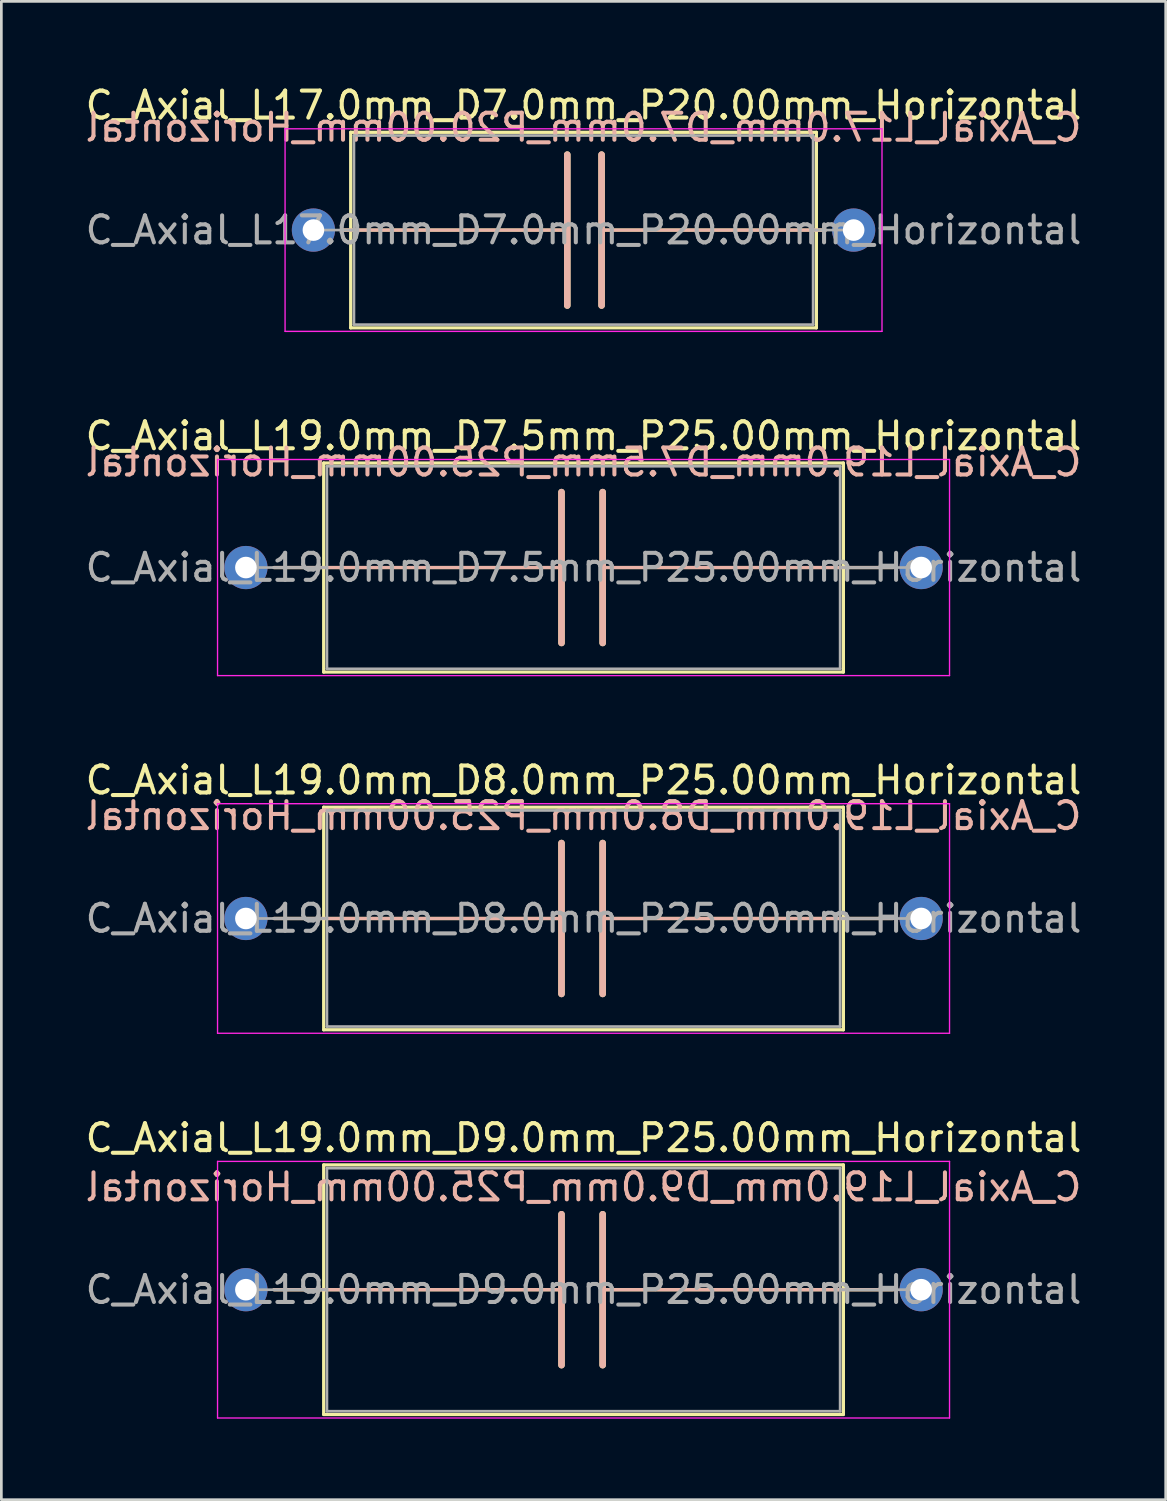
<source format=kicad_pcb>
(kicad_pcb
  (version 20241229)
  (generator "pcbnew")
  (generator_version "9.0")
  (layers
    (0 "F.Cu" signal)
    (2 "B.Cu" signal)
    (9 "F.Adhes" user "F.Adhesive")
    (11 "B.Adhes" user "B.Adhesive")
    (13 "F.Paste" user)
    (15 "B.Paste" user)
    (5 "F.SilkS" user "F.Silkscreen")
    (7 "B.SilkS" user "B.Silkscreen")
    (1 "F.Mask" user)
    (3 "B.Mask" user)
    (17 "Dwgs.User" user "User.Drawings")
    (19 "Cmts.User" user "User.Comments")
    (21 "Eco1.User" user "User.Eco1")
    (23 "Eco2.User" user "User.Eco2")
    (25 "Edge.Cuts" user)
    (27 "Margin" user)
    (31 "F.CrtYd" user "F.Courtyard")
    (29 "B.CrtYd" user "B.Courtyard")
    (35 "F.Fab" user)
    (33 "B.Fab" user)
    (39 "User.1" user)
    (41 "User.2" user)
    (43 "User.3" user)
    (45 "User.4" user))
  (footprint "C_Axial_L17.0mm_D7.0mm_P20.00mm_Horizontal"
    (layer "F.Cu")
    (at 8.554 5.468)
    (property "Reference" "C_Axial_L17.0mm_D7.0mm_P20.00mm_Horizontal" (at 10 -4.62 0) (layer "F.SilkS") (effects (font (size 1 1) (thickness 0.15))))
    (fp_line (start 1.04 0) (end 1.38 0) (stroke (width 0.12) (type solid)) (layer "F.SilkS"))
    (fp_line (start 1.38 -3.62) (end 1.38 3.62) (stroke (width 0.12) (type solid)) (layer "F.SilkS"))
    (fp_line (start 1.38 0) (end 9.398 0) (stroke (width 0.12) (type solid)) (layer "F.SilkS"))
    (fp_line (start 1.38 3.62) (end 18.62 3.62) (stroke (width 0.12) (type solid)) (layer "F.SilkS"))
    (fp_line (start 9.398 -2.794) (end 9.398 2.794) (stroke (width 0.24) (type solid)) (layer "F.SilkS"))
    (fp_line (start 10.668 2.794) (end 10.668 -2.794) (stroke (width 0.24) (type solid)) (layer "F.SilkS"))
    (fp_line (start 18.62 -3.62) (end 1.38 -3.62) (stroke (width 0.12) (type solid)) (layer "F.SilkS"))
    (fp_line (start 18.62 0) (end 10.668 0) (stroke (width 0.12) (type solid)) (layer "F.SilkS"))
    (fp_line (start 18.62 3.62) (end 18.62 -3.62) (stroke (width 0.12) (type solid)) (layer "F.SilkS"))
    (fp_line (start 18.96 0) (end 18.62 0) (stroke (width 0.12) (type solid)) (layer "F.SilkS"))
    (fp_line (start 1.04 0) (end 1.38 0) (stroke (width 0.12) (type solid)) (layer "B.SilkS"))
    (fp_line (start 1.38 0) (end 9.398 0) (stroke (width 0.12) (type solid)) (layer "B.SilkS"))
    (fp_line (start 9.398 2.794) (end 9.398 -2.794) (stroke (width 0.24) (type solid)) (layer "B.SilkS"))
    (fp_line (start 10.668 -2.794) (end 10.668 2.794) (stroke (width 0.24) (type solid)) (layer "B.SilkS"))
    (fp_line (start 18.62 0) (end 10.668 0) (stroke (width 0.12) (type solid)) (layer "B.SilkS"))
    (fp_line (start 18.96 0) (end 18.62 0) (stroke (width 0.12) (type solid)) (layer "B.SilkS"))
    (fp_line (start -1.05 -3.75) (end -1.05 3.75) (stroke (width 0.05) (type solid)) (layer "F.CrtYd"))
    (fp_line (start -1.05 3.75) (end 21.05 3.75) (stroke (width 0.05) (type solid)) (layer "F.CrtYd"))
    (fp_line (start 21.05 -3.75) (end -1.05 -3.75) (stroke (width 0.05) (type solid)) (layer "F.CrtYd"))
    (fp_line (start 21.05 3.75) (end 21.05 -3.75) (stroke (width 0.05) (type solid)) (layer "F.CrtYd"))
    (fp_line (start 0 0) (end 1.5 0) (stroke (width 0.1) (type solid)) (layer "F.Fab"))
    (fp_line (start 1.5 -3.5) (end 1.5 3.5) (stroke (width 0.1) (type solid)) (layer "F.Fab"))
    (fp_line (start 1.5 3.5) (end 18.5 3.5) (stroke (width 0.1) (type solid)) (layer "F.Fab"))
    (fp_line (start 18.5 -3.5) (end 1.5 -3.5) (stroke (width 0.1) (type solid)) (layer "F.Fab"))
    (fp_line (start 18.5 3.5) (end 18.5 -3.5) (stroke (width 0.1) (type solid)) (layer "F.Fab"))
    (fp_line (start 20 0) (end 18.5 0) (stroke (width 0.1) (type solid)) (layer "F.Fab"))
    (fp_text user "${REFERENCE}" (at 10 -3.8 0) (layer "B.SilkS") (effects (font (size 1 1) (thickness 0.15)) (justify mirror)))
    (fp_text user "${REFERENCE}" (at 10 0 0) (layer "F.Fab") (effects (font (size 1 1) (thickness 0.15))))
    (pad "1" thru_hole circle (at 0 0) (size 1.6 1.6) (drill 0.8) (layers "*.Cu" "*.Mask"))
    (pad "2" thru_hole oval (at 20 0) (size 1.6 1.6) (drill 0.8) (layers "*.Cu" "*.Mask")))
  (footprint "C_Axial_L19.0mm_D9.0mm_P25.00mm_Horizontal"
    (layer "F.Cu")
    (at 6.054 44.698)
    (property "Reference" "C_Axial_L19.0mm_D9.0mm_P25.00mm_Horizontal" (at 12.5 -5.62 0) (layer "F.SilkS") (effects (font (size 1 1) (thickness 0.15))))
    (fp_line (start 1.04 0) (end 2.88 0) (stroke (width 0.12) (type solid)) (layer "F.SilkS"))
    (fp_line (start 2.88 -4.62) (end 2.88 4.62) (stroke (width 0.12) (type solid)) (layer "F.SilkS"))
    (fp_line (start 2.88 0) (end 11.684 0) (stroke (width 0.12) (type solid)) (layer "F.SilkS"))
    (fp_line (start 2.88 4.62) (end 22.12 4.62) (stroke (width 0.12) (type solid)) (layer "F.SilkS"))
    (fp_line (start 11.684 -2.794) (end 11.684 2.794) (stroke (width 0.24) (type solid)) (layer "F.SilkS"))
    (fp_line (start 13.208 2.794) (end 13.208 -2.794) (stroke (width 0.24) (type solid)) (layer "F.SilkS"))
    (fp_line (start 22.12 -4.62) (end 2.88 -4.62) (stroke (width 0.12) (type solid)) (layer "F.SilkS"))
    (fp_line (start 22.12 0) (end 13.208 0) (stroke (width 0.12) (type solid)) (layer "F.SilkS"))
    (fp_line (start 22.12 4.62) (end 22.12 -4.62) (stroke (width 0.12) (type solid)) (layer "F.SilkS"))
    (fp_line (start 23.96 0) (end 22.12 0) (stroke (width 0.12) (type solid)) (layer "F.SilkS"))
    (fp_line (start 1.04 0) (end 2.88 0) (stroke (width 0.12) (type solid)) (layer "B.SilkS"))
    (fp_line (start 2.88 0) (end 11.684 0) (stroke (width 0.12) (type solid)) (layer "B.SilkS"))
    (fp_line (start 11.684 2.794) (end 11.684 -2.794) (stroke (width 0.24) (type solid)) (layer "B.SilkS"))
    (fp_line (start 13.208 -2.794) (end 13.208 2.794) (stroke (width 0.24) (type solid)) (layer "B.SilkS"))
    (fp_line (start 22.12 0) (end 13.208 0) (stroke (width 0.12) (type solid)) (layer "B.SilkS"))
    (fp_line (start 23.96 0) (end 22.12 0) (stroke (width 0.12) (type solid)) (layer "B.SilkS"))
    (fp_line (start -1.05 -4.75) (end -1.05 4.75) (stroke (width 0.05) (type solid)) (layer "F.CrtYd"))
    (fp_line (start -1.05 4.75) (end 26.05 4.75) (stroke (width 0.05) (type solid)) (layer "F.CrtYd"))
    (fp_line (start 26.05 -4.75) (end -1.05 -4.75) (stroke (width 0.05) (type solid)) (layer "F.CrtYd"))
    (fp_line (start 26.05 4.75) (end 26.05 -4.75) (stroke (width 0.05) (type solid)) (layer "F.CrtYd"))
    (fp_line (start 0 0) (end 3 0) (stroke (width 0.1) (type solid)) (layer "F.Fab"))
    (fp_line (start 3 -4.5) (end 3 4.5) (stroke (width 0.1) (type solid)) (layer "F.Fab"))
    (fp_line (start 3 4.5) (end 22 4.5) (stroke (width 0.1) (type solid)) (layer "F.Fab"))
    (fp_line (start 22 -4.5) (end 3 -4.5) (stroke (width 0.1) (type solid)) (layer "F.Fab"))
    (fp_line (start 22 4.5) (end 22 -4.5) (stroke (width 0.1) (type solid)) (layer "F.Fab"))
    (fp_line (start 25 0) (end 22 0) (stroke (width 0.1) (type solid)) (layer "F.Fab"))
    (fp_text user "${REFERENCE}" (at 12.5 -3.8 0) (layer "B.SilkS") (effects (font (size 1 1) (thickness 0.15)) (justify mirror)))
    (fp_text user "${REFERENCE}" (at 12.5 0 0) (layer "F.Fab") (effects (font (size 1 1) (thickness 0.15))))
    (pad "1" thru_hole circle (at 0 0) (size 1.6 1.6) (drill 0.8) (layers "*.Cu" "*.Mask"))
    (pad "2" thru_hole oval (at 25 0) (size 1.6 1.6) (drill 0.8) (layers "*.Cu" "*.Mask")))
  (footprint "C_Axial_L19.0mm_D8.0mm_P25.00mm_Horizontal"
    (layer "F.Cu")
    (at 6.054 30.955)
    (property "Reference" "C_Axial_L19.0mm_D8.0mm_P25.00mm_Horizontal" (at 12.5 -5.12 0) (layer "F.SilkS") (effects (font (size 1 1) (thickness 0.15))))
    (fp_line (start 1.04 0) (end 2.88 0) (stroke (width 0.12) (type solid)) (layer "F.SilkS"))
    (fp_line (start 2.88 -4.12) (end 2.88 4.12) (stroke (width 0.12) (type solid)) (layer "F.SilkS"))
    (fp_line (start 2.88 0) (end 11.684 0) (stroke (width 0.12) (type solid)) (layer "F.SilkS"))
    (fp_line (start 2.88 4.12) (end 22.12 4.12) (stroke (width 0.12) (type solid)) (layer "F.SilkS"))
    (fp_line (start 11.684 -2.794) (end 11.684 2.794) (stroke (width 0.24) (type solid)) (layer "F.SilkS"))
    (fp_line (start 13.208 2.794) (end 13.208 -2.794) (stroke (width 0.24) (type solid)) (layer "F.SilkS"))
    (fp_line (start 22.12 -4.12) (end 2.88 -4.12) (stroke (width 0.12) (type solid)) (layer "F.SilkS"))
    (fp_line (start 22.12 0) (end 13.208 0) (stroke (width 0.12) (type solid)) (layer "F.SilkS"))
    (fp_line (start 22.12 4.12) (end 22.12 -4.12) (stroke (width 0.12) (type solid)) (layer "F.SilkS"))
    (fp_line (start 23.96 0) (end 22.12 0) (stroke (width 0.12) (type solid)) (layer "F.SilkS"))
    (fp_line (start 1.04 0) (end 2.88 0) (stroke (width 0.12) (type solid)) (layer "B.SilkS"))
    (fp_line (start 2.88 0) (end 11.684 0) (stroke (width 0.12) (type solid)) (layer "B.SilkS"))
    (fp_line (start 11.684 2.794) (end 11.684 -2.794) (stroke (width 0.24) (type solid)) (layer "B.SilkS"))
    (fp_line (start 13.208 -2.794) (end 13.208 2.794) (stroke (width 0.24) (type solid)) (layer "B.SilkS"))
    (fp_line (start 22.12 0) (end 13.208 0) (stroke (width 0.12) (type solid)) (layer "B.SilkS"))
    (fp_line (start 23.96 0) (end 22.12 0) (stroke (width 0.12) (type solid)) (layer "B.SilkS"))
    (fp_line (start -1.05 -4.25) (end -1.05 4.25) (stroke (width 0.05) (type solid)) (layer "F.CrtYd"))
    (fp_line (start -1.05 4.25) (end 26.05 4.25) (stroke (width 0.05) (type solid)) (layer "F.CrtYd"))
    (fp_line (start 26.05 -4.25) (end -1.05 -4.25) (stroke (width 0.05) (type solid)) (layer "F.CrtYd"))
    (fp_line (start 26.05 4.25) (end 26.05 -4.25) (stroke (width 0.05) (type solid)) (layer "F.CrtYd"))
    (fp_line (start 0 0) (end 3 0) (stroke (width 0.1) (type solid)) (layer "F.Fab"))
    (fp_line (start 3 -4) (end 3 4) (stroke (width 0.1) (type solid)) (layer "F.Fab"))
    (fp_line (start 3 4) (end 22 4) (stroke (width 0.1) (type solid)) (layer "F.Fab"))
    (fp_line (start 22 -4) (end 3 -4) (stroke (width 0.1) (type solid)) (layer "F.Fab"))
    (fp_line (start 22 4) (end 22 -4) (stroke (width 0.1) (type solid)) (layer "F.Fab"))
    (fp_line (start 25 0) (end 22 0) (stroke (width 0.1) (type solid)) (layer "F.Fab"))
    (fp_text user "${REFERENCE}" (at 12.5 -3.8 0) (layer "B.SilkS") (effects (font (size 1 1) (thickness 0.15)) (justify mirror)))
    (fp_text user "${REFERENCE}" (at 12.5 0 0) (layer "F.Fab") (effects (font (size 1 1) (thickness 0.15))))
    (pad "1" thru_hole circle (at 0 0) (size 1.6 1.6) (drill 0.8) (layers "*.Cu" "*.Mask"))
    (pad "2" thru_hole oval (at 25 0) (size 1.6 1.6) (drill 0.8) (layers "*.Cu" "*.Mask")))
  (footprint "C_Axial_L19.0mm_D7.5mm_P25.00mm_Horizontal"
    (layer "F.Cu")
    (at 6.054 17.962)
    (property "Reference" "C_Axial_L19.0mm_D7.5mm_P25.00mm_Horizontal" (at 12.5 -4.87 0) (layer "F.SilkS") (effects (font (size 1 1) (thickness 0.15))))
    (fp_line (start 1.04 0) (end 2.88 0) (stroke (width 0.12) (type solid)) (layer "F.SilkS"))
    (fp_line (start 2.88 -3.87) (end 2.88 3.87) (stroke (width 0.12) (type solid)) (layer "F.SilkS"))
    (fp_line (start 2.88 0) (end 11.684 0) (stroke (width 0.12) (type solid)) (layer "F.SilkS"))
    (fp_line (start 2.88 3.87) (end 22.12 3.87) (stroke (width 0.12) (type solid)) (layer "F.SilkS"))
    (fp_line (start 11.684 -2.794) (end 11.684 2.794) (stroke (width 0.24) (type solid)) (layer "F.SilkS"))
    (fp_line (start 13.208 2.794) (end 13.208 -2.794) (stroke (width 0.24) (type solid)) (layer "F.SilkS"))
    (fp_line (start 22.12 -3.87) (end 2.88 -3.87) (stroke (width 0.12) (type solid)) (layer "F.SilkS"))
    (fp_line (start 22.12 0) (end 13.208 0) (stroke (width 0.12) (type solid)) (layer "F.SilkS"))
    (fp_line (start 22.12 3.87) (end 22.12 -3.87) (stroke (width 0.12) (type solid)) (layer "F.SilkS"))
    (fp_line (start 23.96 0) (end 22.12 0) (stroke (width 0.12) (type solid)) (layer "F.SilkS"))
    (fp_line (start 1.04 0) (end 2.88 0) (stroke (width 0.12) (type solid)) (layer "B.SilkS"))
    (fp_line (start 2.88 0) (end 11.684 0) (stroke (width 0.12) (type solid)) (layer "B.SilkS"))
    (fp_line (start 11.684 2.794) (end 11.684 -2.794) (stroke (width 0.24) (type solid)) (layer "B.SilkS"))
    (fp_line (start 13.208 -2.794) (end 13.208 2.794) (stroke (width 0.24) (type solid)) (layer "B.SilkS"))
    (fp_line (start 22.12 0) (end 13.208 0) (stroke (width 0.12) (type solid)) (layer "B.SilkS"))
    (fp_line (start 23.96 0) (end 22.12 0) (stroke (width 0.12) (type solid)) (layer "B.SilkS"))
    (fp_line (start -1.05 -4) (end -1.05 4) (stroke (width 0.05) (type solid)) (layer "F.CrtYd"))
    (fp_line (start -1.05 4) (end 26.05 4) (stroke (width 0.05) (type solid)) (layer "F.CrtYd"))
    (fp_line (start 26.05 -4) (end -1.05 -4) (stroke (width 0.05) (type solid)) (layer "F.CrtYd"))
    (fp_line (start 26.05 4) (end 26.05 -4) (stroke (width 0.05) (type solid)) (layer "F.CrtYd"))
    (fp_line (start 0 0) (end 3 0) (stroke (width 0.1) (type solid)) (layer "F.Fab"))
    (fp_line (start 3 -3.75) (end 3 3.75) (stroke (width 0.1) (type solid)) (layer "F.Fab"))
    (fp_line (start 3 3.75) (end 22 3.75) (stroke (width 0.1) (type solid)) (layer "F.Fab"))
    (fp_line (start 22 -3.75) (end 3 -3.75) (stroke (width 0.1) (type solid)) (layer "F.Fab"))
    (fp_line (start 22 3.75) (end 22 -3.75) (stroke (width 0.1) (type solid)) (layer "F.Fab"))
    (fp_line (start 25 0) (end 22 0) (stroke (width 0.1) (type solid)) (layer "F.Fab"))
    (fp_text user "${REFERENCE}" (at 12.5 -3.9 0) (layer "B.SilkS") (effects (font (size 1 1) (thickness 0.15)) (justify mirror)))
    (fp_text user "${REFERENCE}" (at 12.5 0 0) (layer "F.Fab") (effects (font (size 1 1) (thickness 0.15))))
    (pad "1" thru_hole circle (at 0 0) (size 1.6 1.6) (drill 0.8) (layers "*.Cu" "*.Mask"))
    (pad "2" thru_hole oval (at 25 0) (size 1.6 1.6) (drill 0.8) (layers "*.Cu" "*.Mask")))
  (gr_rect
    (start -3 -3)
    (end 40.107 52.473)
    (stroke (width 0.1) (type default))
    (fill no)
    (layer "Edge.Cuts")))
</source>
